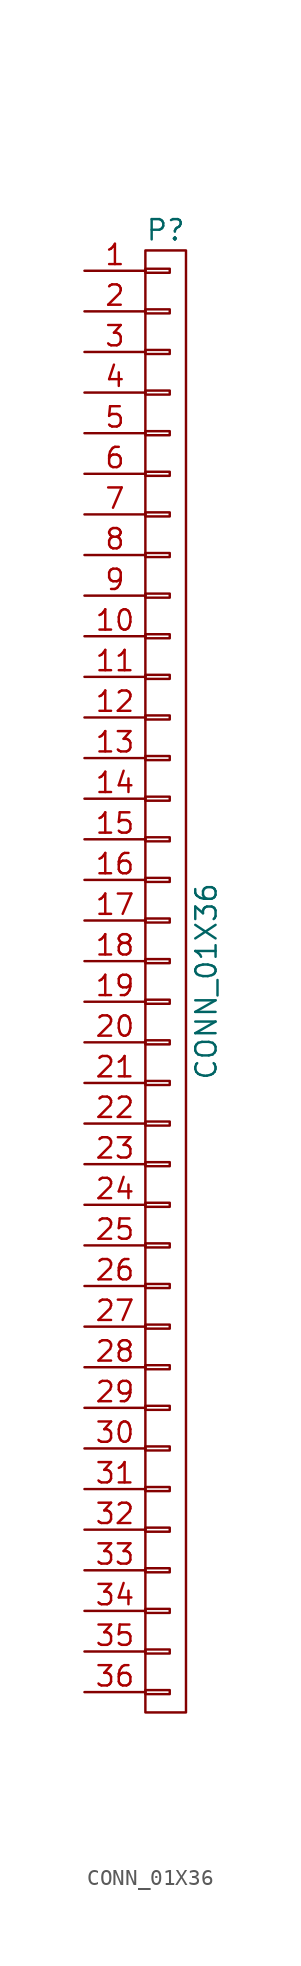
<source format=kicad_sym>
(kicad_symbol_lib
  (version 20211014)
  (generator kicad_symbol_editor)
  (symbol "CONN_01X36"
    (pin_names
      (offset 1.016) hide)
    (property "Reference" "P"
      (at 0 46.99 0)
      (effects (font (size 1.27 1.27))))
    (property "Value" "CONN_01X36"
      (at 2.54 0 90)
      (effects (font (size 1.27 1.27))))
    (property "Footprint" ""
      (at 0 0 0)
      (effects (font (size 1.27 1.27))))
    (property "Datasheet" ""
      (at 0 0 0)
      (effects (font (size 1.27 1.27))))
    (symbol "CONN_01X36_0_1"
      (rectangle (start -1.27 -45.72) (end 1.27 45.72) (stroke (width 0) (type default) (color 0 0 0 0)) (fill (type none)))
      (rectangle (start -1.27 -44.323) (end 0.254 -44.577) (stroke (width 0) (type default) (color 0 0 0 0)) (fill (type none)))
      (rectangle (start -1.27 -41.783) (end 0.254 -42.037) (stroke (width 0) (type default) (color 0 0 0 0)) (fill (type none)))
      (rectangle (start -1.27 -39.243) (end 0.254 -39.497) (stroke (width 0) (type default) (color 0 0 0 0)) (fill (type none)))
      (rectangle (start -1.27 -36.703) (end 0.254 -36.957) (stroke (width 0) (type default) (color 0 0 0 0)) (fill (type none)))
      (rectangle (start -1.27 -34.163) (end 0.254 -34.417) (stroke (width 0) (type default) (color 0 0 0 0)) (fill (type none)))
      (rectangle (start -1.27 -31.623) (end 0.254 -31.877) (stroke (width 0) (type default) (color 0 0 0 0)) (fill (type none)))
      (rectangle (start -1.27 -29.083) (end 0.254 -29.337) (stroke (width 0) (type default) (color 0 0 0 0)) (fill (type none)))
      (rectangle (start -1.27 -26.543) (end 0.254 -26.797) (stroke (width 0) (type default) (color 0 0 0 0)) (fill (type none)))
      (rectangle (start -1.27 -24.003) (end 0.254 -24.257) (stroke (width 0) (type default) (color 0 0 0 0)) (fill (type none)))
      (rectangle (start -1.27 -21.463) (end 0.254 -21.717) (stroke (width 0) (type default) (color 0 0 0 0)) (fill (type none)))
      (rectangle (start -1.27 -18.923) (end 0.254 -19.177) (stroke (width 0) (type default) (color 0 0 0 0)) (fill (type none)))
      (rectangle (start -1.27 -16.383) (end 0.254 -16.637) (stroke (width 0) (type default) (color 0 0 0 0)) (fill (type none)))
      (rectangle (start -1.27 -13.843) (end 0.254 -14.097) (stroke (width 0) (type default) (color 0 0 0 0)) (fill (type none)))
      (rectangle (start -1.27 -11.303) (end 0.254 -11.557) (stroke (width 0) (type default) (color 0 0 0 0)) (fill (type none)))
      (rectangle (start -1.27 -8.763) (end 0.254 -9.017) (stroke (width 0) (type default) (color 0 0 0 0)) (fill (type none)))
      (rectangle (start -1.27 -6.223) (end 0.254 -6.477) (stroke (width 0) (type default) (color 0 0 0 0)) (fill (type none)))
      (rectangle (start -1.27 -3.683) (end 0.254 -3.937) (stroke (width 0) (type default) (color 0 0 0 0)) (fill (type none)))
      (rectangle (start -1.27 -1.143) (end 0.254 -1.397) (stroke (width 0) (type default) (color 0 0 0 0)) (fill (type none)))
      (rectangle (start -1.27 1.397) (end 0.254 1.143) (stroke (width 0) (type default) (color 0 0 0 0)) (fill (type none)))
      (rectangle (start -1.27 3.937) (end 0.254 3.683) (stroke (width 0) (type default) (color 0 0 0 0)) (fill (type none)))
      (rectangle (start -1.27 6.477) (end 0.254 6.223) (stroke (width 0) (type default) (color 0 0 0 0)) (fill (type none)))
      (rectangle (start -1.27 9.017) (end 0.254 8.763) (stroke (width 0) (type default) (color 0 0 0 0)) (fill (type none)))
      (rectangle (start -1.27 11.557) (end 0.254 11.303) (stroke (width 0) (type default) (color 0 0 0 0)) (fill (type none)))
      (rectangle (start -1.27 14.097) (end 0.254 13.843) (stroke (width 0) (type default) (color 0 0 0 0)) (fill (type none)))
      (rectangle (start -1.27 16.637) (end 0.254 16.383) (stroke (width 0) (type default) (color 0 0 0 0)) (fill (type none)))
      (rectangle (start -1.27 19.177) (end 0.254 18.923) (stroke (width 0) (type default) (color 0 0 0 0)) (fill (type none)))
      (rectangle (start -1.27 21.717) (end 0.254 21.463) (stroke (width 0) (type default) (color 0 0 0 0)) (fill (type none)))
      (rectangle (start -1.27 24.257) (end 0.254 24.003) (stroke (width 0) (type default) (color 0 0 0 0)) (fill (type none)))
      (rectangle (start -1.27 26.797) (end 0.254 26.543) (stroke (width 0) (type default) (color 0 0 0 0)) (fill (type none)))
      (rectangle (start -1.27 29.337) (end 0.254 29.083) (stroke (width 0) (type default) (color 0 0 0 0)) (fill (type none)))
      (rectangle (start -1.27 31.877) (end 0.254 31.623) (stroke (width 0) (type default) (color 0 0 0 0)) (fill (type none)))
      (rectangle (start -1.27 34.417) (end 0.254 34.163) (stroke (width 0) (type default) (color 0 0 0 0)) (fill (type none)))
      (rectangle (start -1.27 36.957) (end 0.254 36.703) (stroke (width 0) (type default) (color 0 0 0 0)) (fill (type none)))
      (rectangle (start -1.27 39.497) (end 0.254 39.243) (stroke (width 0) (type default) (color 0 0 0 0)) (fill (type none)))
      (rectangle (start -1.27 42.037) (end 0.254 41.783) (stroke (width 0) (type default) (color 0 0 0 0)) (fill (type none)))
      (rectangle (start -1.27 44.577) (end 0.254 44.323) (stroke (width 0) (type default) (color 0 0 0 0)) (fill (type none))))
    (symbol "CONN_01X36_1_1"
      (pin passive line (at -5.08 44.45 0) (length 3.81) (name "P1" (effects (font (size 1.27 1.27)))) (number "1" (effects (font (size 1.27 1.27)))))
      (pin passive line (at -5.08 21.59 0) (length 3.81) (name "P10" (effects (font (size 1.27 1.27)))) (number "10" (effects (font (size 1.27 1.27)))))
      (pin passive line (at -5.08 19.05 0) (length 3.81) (name "P11" (effects (font (size 1.27 1.27)))) (number "11" (effects (font (size 1.27 1.27)))))
      (pin passive line (at -5.08 16.51 0) (length 3.81) (name "P12" (effects (font (size 1.27 1.27)))) (number "12" (effects (font (size 1.27 1.27)))))
      (pin passive line (at -5.08 13.97 0) (length 3.81) (name "P13" (effects (font (size 1.27 1.27)))) (number "13" (effects (font (size 1.27 1.27)))))
      (pin passive line (at -5.08 11.43 0) (length 3.81) (name "P14" (effects (font (size 1.27 1.27)))) (number "14" (effects (font (size 1.27 1.27)))))
      (pin passive line (at -5.08 8.89 0) (length 3.81) (name "P15" (effects (font (size 1.27 1.27)))) (number "15" (effects (font (size 1.27 1.27)))))
      (pin passive line (at -5.08 6.35 0) (length 3.81) (name "P16" (effects (font (size 1.27 1.27)))) (number "16" (effects (font (size 1.27 1.27)))))
      (pin passive line (at -5.08 3.81 0) (length 3.81) (name "P17" (effects (font (size 1.27 1.27)))) (number "17" (effects (font (size 1.27 1.27)))))
      (pin passive line (at -5.08 1.27 0) (length 3.81) (name "P18" (effects (font (size 1.27 1.27)))) (number "18" (effects (font (size 1.27 1.27)))))
      (pin passive line (at -5.08 -1.27 0) (length 3.81) (name "P19" (effects (font (size 1.27 1.27)))) (number "19" (effects (font (size 1.27 1.27)))))
      (pin passive line (at -5.08 41.91 0) (length 3.81) (name "P2" (effects (font (size 1.27 1.27)))) (number "2" (effects (font (size 1.27 1.27)))))
      (pin passive line (at -5.08 -3.81 0) (length 3.81) (name "P20" (effects (font (size 1.27 1.27)))) (number "20" (effects (font (size 1.27 1.27)))))
      (pin passive line (at -5.08 -6.35 0) (length 3.81) (name "P21" (effects (font (size 1.27 1.27)))) (number "21" (effects (font (size 1.27 1.27)))))
      (pin passive line (at -5.08 -8.89 0) (length 3.81) (name "P22" (effects (font (size 1.27 1.27)))) (number "22" (effects (font (size 1.27 1.27)))))
      (pin passive line (at -5.08 -11.43 0) (length 3.81) (name "P23" (effects (font (size 1.27 1.27)))) (number "23" (effects (font (size 1.27 1.27)))))
      (pin passive line (at -5.08 -13.97 0) (length 3.81) (name "P24" (effects (font (size 1.27 1.27)))) (number "24" (effects (font (size 1.27 1.27)))))
      (pin passive line (at -5.08 -16.51 0) (length 3.81) (name "P25" (effects (font (size 1.27 1.27)))) (number "25" (effects (font (size 1.27 1.27)))))
      (pin passive line (at -5.08 -19.05 0) (length 3.81) (name "P26" (effects (font (size 1.27 1.27)))) (number "26" (effects (font (size 1.27 1.27)))))
      (pin passive line (at -5.08 -21.59 0) (length 3.81) (name "P27" (effects (font (size 1.27 1.27)))) (number "27" (effects (font (size 1.27 1.27)))))
      (pin passive line (at -5.08 -24.13 0) (length 3.81) (name "P28" (effects (font (size 1.27 1.27)))) (number "28" (effects (font (size 1.27 1.27)))))
      (pin passive line (at -5.08 -26.67 0) (length 3.81) (name "P29" (effects (font (size 1.27 1.27)))) (number "29" (effects (font (size 1.27 1.27)))))
      (pin passive line (at -5.08 39.37 0) (length 3.81) (name "P3" (effects (font (size 1.27 1.27)))) (number "3" (effects (font (size 1.27 1.27)))))
      (pin passive line (at -5.08 -29.21 0) (length 3.81) (name "P30" (effects (font (size 1.27 1.27)))) (number "30" (effects (font (size 1.27 1.27)))))
      (pin passive line (at -5.08 -31.75 0) (length 3.81) (name "P31" (effects (font (size 1.27 1.27)))) (number "31" (effects (font (size 1.27 1.27)))))
      (pin passive line (at -5.08 -34.29 0) (length 3.81) (name "P32" (effects (font (size 1.27 1.27)))) (number "32" (effects (font (size 1.27 1.27)))))
      (pin passive line (at -5.08 -36.83 0) (length 3.81) (name "P33" (effects (font (size 1.27 1.27)))) (number "33" (effects (font (size 1.27 1.27)))))
      (pin passive line (at -5.08 -39.37 0) (length 3.81) (name "P34" (effects (font (size 1.27 1.27)))) (number "34" (effects (font (size 1.27 1.27)))))
      (pin passive line (at -5.08 -41.91 0) (length 3.81) (name "P35" (effects (font (size 1.27 1.27)))) (number "35" (effects (font (size 1.27 1.27)))))
      (pin passive line (at -5.08 -44.45 0) (length 3.81) (name "P36" (effects (font (size 1.27 1.27)))) (number "36" (effects (font (size 1.27 1.27)))))
      (pin passive line (at -5.08 36.83 0) (length 3.81) (name "P4" (effects (font (size 1.27 1.27)))) (number "4" (effects (font (size 1.27 1.27)))))
      (pin passive line (at -5.08 34.29 0) (length 3.81) (name "P5" (effects (font (size 1.27 1.27)))) (number "5" (effects (font (size 1.27 1.27)))))
      (pin passive line (at -5.08 31.75 0) (length 3.81) (name "P6" (effects (font (size 1.27 1.27)))) (number "6" (effects (font (size 1.27 1.27)))))
      (pin passive line (at -5.08 29.21 0) (length 3.81) (name "P7" (effects (font (size 1.27 1.27)))) (number "7" (effects (font (size 1.27 1.27)))))
      (pin passive line (at -5.08 26.67 0) (length 3.81) (name "P8" (effects (font (size 1.27 1.27)))) (number "8" (effects (font (size 1.27 1.27)))))
      (pin passive line (at -5.08 24.13 0) (length 3.81) (name "P9" (effects (font (size 1.27 1.27)))) (number "9" (effects (font (size 1.27 1.27))))))))
</source>
